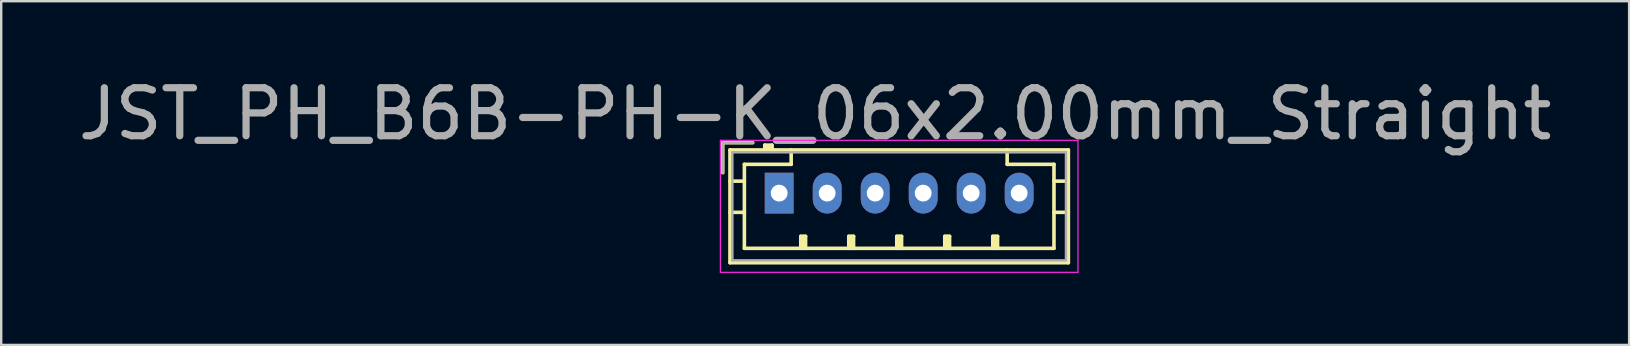
<source format=kicad_pcb>
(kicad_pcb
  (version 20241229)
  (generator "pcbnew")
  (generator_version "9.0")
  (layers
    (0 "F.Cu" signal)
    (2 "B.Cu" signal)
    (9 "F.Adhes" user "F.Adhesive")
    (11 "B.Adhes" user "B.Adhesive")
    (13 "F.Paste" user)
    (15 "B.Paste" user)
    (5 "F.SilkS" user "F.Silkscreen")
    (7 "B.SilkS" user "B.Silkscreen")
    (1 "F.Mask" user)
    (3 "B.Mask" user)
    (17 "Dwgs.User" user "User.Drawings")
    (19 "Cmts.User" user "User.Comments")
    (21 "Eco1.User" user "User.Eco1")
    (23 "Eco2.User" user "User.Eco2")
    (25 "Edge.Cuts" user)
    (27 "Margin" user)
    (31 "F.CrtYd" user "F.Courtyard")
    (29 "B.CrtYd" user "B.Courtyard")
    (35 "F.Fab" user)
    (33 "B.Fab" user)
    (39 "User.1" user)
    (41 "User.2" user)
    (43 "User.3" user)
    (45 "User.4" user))
  (footprint "JST_PH_B6B-PH-K_06x2.00mm_Straight"
    (layer "F.Cu")
    (at 29.417 4.997)
    (property "Reference" "JST_PH_B6B-PH-K_06x2.00mm_Straight" (at 1.5 -3.3 0) (layer "F.Fab") (effects (font (size 2 2) (thickness 0.3))))
    (attr through_hole)
    (fp_line (start -2.35 -2.1) (end -2.35 -0.85) (stroke (width 0.15) (type solid)) (layer "F.SilkS"))
    (fp_line (start -2.05 -1.8) (end -2.05 2.9) (stroke (width 0.15) (type solid)) (layer "F.SilkS"))
    (fp_line (start -2.05 -0.5) (end -1.45 -0.5) (stroke (width 0.15) (type solid)) (layer "F.SilkS"))
    (fp_line (start -2.05 0.8) (end -1.45 0.8) (stroke (width 0.15) (type solid)) (layer "F.SilkS"))
    (fp_line (start -2.05 2.9) (end 12.05 2.9) (stroke (width 0.15) (type solid)) (layer "F.SilkS"))
    (fp_line (start -1.45 -1.2) (end -1.45 2.3) (stroke (width 0.15) (type solid)) (layer "F.SilkS"))
    (fp_line (start -1.45 2.3) (end 11.45 2.3) (stroke (width 0.15) (type solid)) (layer "F.SilkS"))
    (fp_line (start -1.1 -2.1) (end -2.35 -2.1) (stroke (width 0.15) (type solid)) (layer "F.SilkS"))
    (fp_line (start -0.6 -2) (end -0.6 -1.8) (stroke (width 0.15) (type solid)) (layer "F.SilkS"))
    (fp_line (start -0.3 -2) (end -0.6 -2) (stroke (width 0.15) (type solid)) (layer "F.SilkS"))
    (fp_line (start -0.3 -1.9) (end -0.6 -1.9) (stroke (width 0.15) (type solid)) (layer "F.SilkS"))
    (fp_line (start -0.3 -1.8) (end -0.3 -2) (stroke (width 0.15) (type solid)) (layer "F.SilkS"))
    (fp_line (start 0.5 -1.8) (end 0.5 -1.2) (stroke (width 0.15) (type solid)) (layer "F.SilkS"))
    (fp_line (start 0.5 -1.2) (end -1.45 -1.2) (stroke (width 0.15) (type solid)) (layer "F.SilkS"))
    (fp_line (start 0.9 1.8) (end 1.1 1.8) (stroke (width 0.15) (type solid)) (layer "F.SilkS"))
    (fp_line (start 0.9 2.3) (end 0.9 1.8) (stroke (width 0.15) (type solid)) (layer "F.SilkS"))
    (fp_line (start 1 2.3) (end 1 1.8) (stroke (width 0.15) (type solid)) (layer "F.SilkS"))
    (fp_line (start 1.1 1.8) (end 1.1 2.3) (stroke (width 0.15) (type solid)) (layer "F.SilkS"))
    (fp_line (start 2.9 1.8) (end 3.1 1.8) (stroke (width 0.15) (type solid)) (layer "F.SilkS"))
    (fp_line (start 2.9 2.3) (end 2.9 1.8) (stroke (width 0.15) (type solid)) (layer "F.SilkS"))
    (fp_line (start 3 2.3) (end 3 1.8) (stroke (width 0.15) (type solid)) (layer "F.SilkS"))
    (fp_line (start 3.1 1.8) (end 3.1 2.3) (stroke (width 0.15) (type solid)) (layer "F.SilkS"))
    (fp_line (start 4.9 1.8) (end 5.1 1.8) (stroke (width 0.15) (type solid)) (layer "F.SilkS"))
    (fp_line (start 4.9 2.3) (end 4.9 1.8) (stroke (width 0.15) (type solid)) (layer "F.SilkS"))
    (fp_line (start 5 2.3) (end 5 1.8) (stroke (width 0.15) (type solid)) (layer "F.SilkS"))
    (fp_line (start 5.1 1.8) (end 5.1 2.3) (stroke (width 0.15) (type solid)) (layer "F.SilkS"))
    (fp_line (start 6.9 1.8) (end 7.1 1.8) (stroke (width 0.15) (type solid)) (layer "F.SilkS"))
    (fp_line (start 6.9 2.3) (end 6.9 1.8) (stroke (width 0.15) (type solid)) (layer "F.SilkS"))
    (fp_line (start 7 2.3) (end 7 1.8) (stroke (width 0.15) (type solid)) (layer "F.SilkS"))
    (fp_line (start 7.1 1.8) (end 7.1 2.3) (stroke (width 0.15) (type solid)) (layer "F.SilkS"))
    (fp_line (start 8.9 1.8) (end 9.1 1.8) (stroke (width 0.15) (type solid)) (layer "F.SilkS"))
    (fp_line (start 8.9 2.3) (end 8.9 1.8) (stroke (width 0.15) (type solid)) (layer "F.SilkS"))
    (fp_line (start 9 2.3) (end 9 1.8) (stroke (width 0.15) (type solid)) (layer "F.SilkS"))
    (fp_line (start 9.1 1.8) (end 9.1 2.3) (stroke (width 0.15) (type solid)) (layer "F.SilkS"))
    (fp_line (start 9.5 -1.2) (end 9.5 -1.8) (stroke (width 0.15) (type solid)) (layer "F.SilkS"))
    (fp_line (start 11.45 -1.2) (end 9.5 -1.2) (stroke (width 0.15) (type solid)) (layer "F.SilkS"))
    (fp_line (start 11.45 2.3) (end 11.45 -1.2) (stroke (width 0.15) (type solid)) (layer "F.SilkS"))
    (fp_line (start 12.05 -1.8) (end -2.05 -1.8) (stroke (width 0.15) (type solid)) (layer "F.SilkS"))
    (fp_line (start 12.05 -0.5) (end 11.45 -0.5) (stroke (width 0.15) (type solid)) (layer "F.SilkS"))
    (fp_line (start 12.05 0.8) (end 11.45 0.8) (stroke (width 0.15) (type solid)) (layer "F.SilkS"))
    (fp_line (start 12.05 2.9) (end 12.05 -1.8) (stroke (width 0.15) (type solid)) (layer "F.SilkS"))
    (fp_line (start -2.45 -2.2) (end -2.45 3.3) (stroke (width 0.05) (type solid)) (layer "F.CrtYd"))
    (fp_line (start -2.45 3.3) (end 12.45 3.3) (stroke (width 0.05) (type solid)) (layer "F.CrtYd"))
    (fp_line (start 12.45 -2.2) (end -2.45 -2.2) (stroke (width 0.05) (type solid)) (layer "F.CrtYd"))
    (fp_line (start 12.45 3.3) (end 12.45 -2.2) (stroke (width 0.05) (type solid)) (layer "F.CrtYd"))
    (fp_line (start -2.35 -2.1) (end -2.35 -0.85) (stroke (width 0.1) (type solid)) (layer "F.Fab"))
    (fp_line (start -1.95 -1.7) (end -1.95 2.8) (stroke (width 0.1) (type solid)) (layer "F.Fab"))
    (fp_line (start -1.95 2.8) (end 11.95 2.8) (stroke (width 0.1) (type solid)) (layer "F.Fab"))
    (fp_line (start -1.1 -2.1) (end -2.35 -2.1) (stroke (width 0.1) (type solid)) (layer "F.Fab"))
    (fp_line (start 11.95 -1.7) (end -1.95 -1.7) (stroke (width 0.1) (type solid)) (layer "F.Fab"))
    (fp_line (start 11.95 2.8) (end 11.95 -1.7) (stroke (width 0.1) (type solid)) (layer "F.Fab"))
    (pad "1" thru_hole rect (at 0 0) (size 1.2 1.7) (drill 0.7) (layers "*.Cu" "*.Mask"))
    (pad "2" thru_hole oval (at 2 0) (size 1.2 1.7) (drill 0.7) (layers "*.Cu" "*.Mask"))
    (pad "3" thru_hole oval (at 4 0) (size 1.2 1.7) (drill 0.7) (layers "*.Cu" "*.Mask"))
    (pad "4" thru_hole oval (at 6 0) (size 1.2 1.7) (drill 0.7) (layers "*.Cu" "*.Mask"))
    (pad "5" thru_hole oval (at 8 0) (size 1.2 1.7) (drill 0.7) (layers "*.Cu" "*.Mask"))
    (pad "6" thru_hole oval (at 10 0) (size 1.2 1.7) (drill 0.7) (layers "*.Cu" "*.Mask")))
  (gr_rect
    (start -3 -3)
    (end 64.833 11.322)
    (stroke (width 0.1) (type default))
    (fill no)
    (layer "Edge.Cuts")))
</source>
